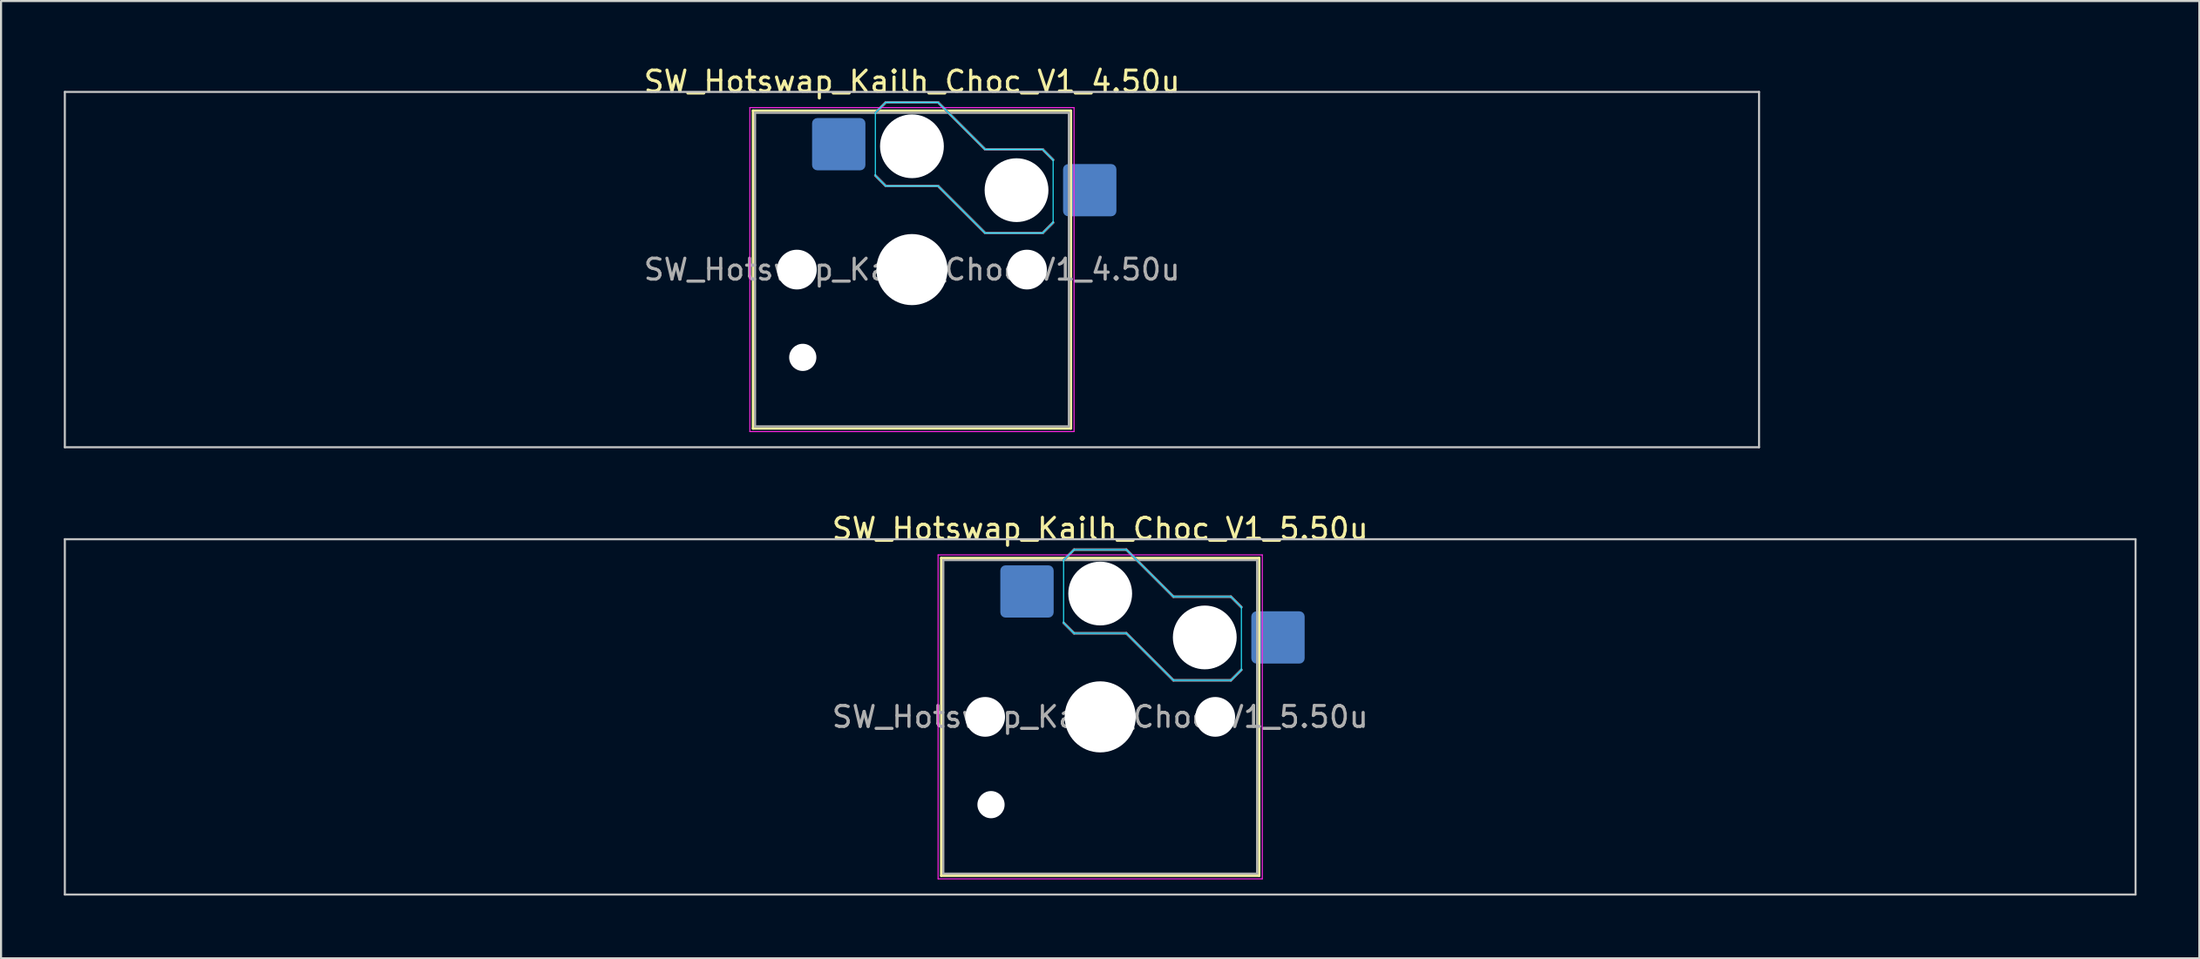
<source format=kicad_pcb>
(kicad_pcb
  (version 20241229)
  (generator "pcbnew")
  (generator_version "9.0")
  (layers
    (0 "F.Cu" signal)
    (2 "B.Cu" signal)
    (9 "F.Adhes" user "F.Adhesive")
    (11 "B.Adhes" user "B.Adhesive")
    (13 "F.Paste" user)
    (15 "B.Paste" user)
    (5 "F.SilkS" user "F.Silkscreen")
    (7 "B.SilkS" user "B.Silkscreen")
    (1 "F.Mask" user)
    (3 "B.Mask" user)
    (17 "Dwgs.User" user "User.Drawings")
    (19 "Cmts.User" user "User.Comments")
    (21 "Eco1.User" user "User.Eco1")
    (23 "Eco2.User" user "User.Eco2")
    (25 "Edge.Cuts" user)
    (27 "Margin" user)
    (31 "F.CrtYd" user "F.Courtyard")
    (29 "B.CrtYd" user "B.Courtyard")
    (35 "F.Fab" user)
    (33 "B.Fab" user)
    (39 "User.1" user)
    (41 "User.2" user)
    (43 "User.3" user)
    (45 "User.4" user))
  (footprint "SW_Hotswap_Kailh_Choc_V1_5.50u"
    (layer "F.Cu")
    (at 49.55 31.247)
    (property "Reference" "SW_Hotswap_Kailh_Choc_V1_5.50u" (at 0 -9 0) (layer "F.SilkS") (effects (font (size 1 1) (thickness 0.15))))
    (attr smd)
    (fp_line (start -7.6 -7.6) (end -7.6 7.6) (stroke (width 0.12) (type solid)) (layer "F.SilkS"))
    (fp_line (start -7.6 7.6) (end 7.6 7.6) (stroke (width 0.12) (type solid)) (layer "F.SilkS"))
    (fp_line (start 7.6 -7.6) (end -7.6 -7.6) (stroke (width 0.12) (type solid)) (layer "F.SilkS"))
    (fp_line (start 7.6 7.6) (end 7.6 -7.6) (stroke (width 0.12) (type solid)) (layer "F.SilkS"))
    (fp_line (start -1.75 -7.5) (end -1.25 -8) (stroke (width 0.12) (type solid)) (layer "B.SilkS"))
    (fp_line (start -1.25 -8) (end 1.25 -8) (stroke (width 0.12) (type solid)) (layer "B.SilkS"))
    (fp_line (start -1.25 -4) (end -1.75 -4.5) (stroke (width 0.12) (type solid)) (layer "B.SilkS"))
    (fp_line (start 1.25 -8) (end 3.5 -5.75) (stroke (width 0.12) (type solid)) (layer "B.SilkS"))
    (fp_line (start 1.25 -4) (end -1.25 -4) (stroke (width 0.12) (type solid)) (layer "B.SilkS"))
    (fp_line (start 3.5 -5.75) (end 6.25 -5.75) (stroke (width 0.12) (type solid)) (layer "B.SilkS"))
    (fp_line (start 3.5 -1.75) (end 1.25 -4) (stroke (width 0.12) (type solid)) (layer "B.SilkS"))
    (fp_line (start 6.25 -5.75) (end 6.75 -5.25) (stroke (width 0.12) (type solid)) (layer "B.SilkS"))
    (fp_line (start 6.25 -1.75) (end 3.5 -1.75) (stroke (width 0.12) (type solid)) (layer "B.SilkS"))
    (fp_line (start 6.75 -2.25) (end 6.25 -1.75) (stroke (width 0.12) (type solid)) (layer "B.SilkS"))
    (fp_line (start -49.5 -8.5) (end -49.5 8.5) (stroke (width 0.1) (type solid)) (layer "Dwgs.User"))
    (fp_line (start -49.5 8.5) (end 49.5 8.5) (stroke (width 0.1) (type solid)) (layer "Dwgs.User"))
    (fp_line (start 49.5 -8.5) (end -49.5 -8.5) (stroke (width 0.1) (type solid)) (layer "Dwgs.User"))
    (fp_line (start 49.5 8.5) (end 49.5 -8.5) (stroke (width 0.1) (type solid)) (layer "Dwgs.User"))
    (fp_line (start -7.25 -7.25) (end -7.25 7.25) (stroke (width 0.1) (type solid)) (layer "Eco1.User"))
    (fp_line (start -7.25 7.25) (end 7.25 7.25) (stroke (width 0.1) (type solid)) (layer "Eco1.User"))
    (fp_line (start 7.25 -7.25) (end -7.25 -7.25) (stroke (width 0.1) (type solid)) (layer "Eco1.User"))
    (fp_line (start 7.25 7.25) (end 7.25 -7.25) (stroke (width 0.1) (type solid)) (layer "Eco1.User"))
    (fp_line (start -1.75 -7.5) (end -1.25 -8) (stroke (width 0.05) (type solid)) (layer "B.CrtYd"))
    (fp_line (start -1.75 -4.5) (end -1.75 -7.5) (stroke (width 0.05) (type solid)) (layer "B.CrtYd"))
    (fp_line (start -1.25 -8) (end 1.25 -8) (stroke (width 0.05) (type solid)) (layer "B.CrtYd"))
    (fp_line (start -1.25 -4) (end -1.75 -4.5) (stroke (width 0.05) (type solid)) (layer "B.CrtYd"))
    (fp_line (start 1.25 -8) (end 3.5 -5.75) (stroke (width 0.05) (type solid)) (layer "B.CrtYd"))
    (fp_line (start 1.25 -4) (end -1.25 -4) (stroke (width 0.05) (type solid)) (layer "B.CrtYd"))
    (fp_line (start 3.5 -5.75) (end 6.25 -5.75) (stroke (width 0.05) (type solid)) (layer "B.CrtYd"))
    (fp_line (start 3.5 -1.75) (end 1.25 -4) (stroke (width 0.05) (type solid)) (layer "B.CrtYd"))
    (fp_line (start 6.25 -5.75) (end 6.75 -5.25) (stroke (width 0.05) (type solid)) (layer "B.CrtYd"))
    (fp_line (start 6.25 -1.75) (end 3.5 -1.75) (stroke (width 0.05) (type solid)) (layer "B.CrtYd"))
    (fp_line (start 6.75 -5.25) (end 6.75 -2.25) (stroke (width 0.05) (type solid)) (layer "B.CrtYd"))
    (fp_line (start 6.75 -2.25) (end 6.25 -1.75) (stroke (width 0.05) (type solid)) (layer "B.CrtYd"))
    (fp_line (start -7.75 -7.75) (end -7.75 7.75) (stroke (width 0.05) (type solid)) (layer "F.CrtYd"))
    (fp_line (start -7.75 7.75) (end 7.75 7.75) (stroke (width 0.05) (type solid)) (layer "F.CrtYd"))
    (fp_line (start 7.75 -7.75) (end -7.75 -7.75) (stroke (width 0.05) (type solid)) (layer "F.CrtYd"))
    (fp_line (start 7.75 7.75) (end 7.75 -7.75) (stroke (width 0.05) (type solid)) (layer "F.CrtYd"))
    (fp_line (start -1.75 -7.5) (end -1.25 -8) (stroke (width 0.1) (type solid)) (layer "B.Fab"))
    (fp_line (start -1.25 -8) (end 1.25 -8) (stroke (width 0.1) (type solid)) (layer "B.Fab"))
    (fp_line (start -1.25 -4) (end -1.75 -4.5) (stroke (width 0.1) (type solid)) (layer "B.Fab"))
    (fp_line (start 1.25 -8) (end 3.5 -5.75) (stroke (width 0.1) (type solid)) (layer "B.Fab"))
    (fp_line (start 1.25 -4) (end -1.25 -4) (stroke (width 0.1) (type solid)) (layer "B.Fab"))
    (fp_line (start 3.5 -5.75) (end 6.25 -5.75) (stroke (width 0.1) (type solid)) (layer "B.Fab"))
    (fp_line (start 3.5 -1.75) (end 1.25 -4) (stroke (width 0.1) (type solid)) (layer "B.Fab"))
    (fp_line (start 6.25 -5.75) (end 6.75 -5.25) (stroke (width 0.1) (type solid)) (layer "B.Fab"))
    (fp_line (start 6.25 -1.75) (end 3.5 -1.75) (stroke (width 0.1) (type solid)) (layer "B.Fab"))
    (fp_line (start 6.75 -2.25) (end 6.25 -1.75) (stroke (width 0.1) (type solid)) (layer "B.Fab"))
    (fp_line (start -7.5 -7.5) (end -7.5 7.5) (stroke (width 0.1) (type solid)) (layer "F.Fab"))
    (fp_line (start -7.5 7.5) (end 7.5 7.5) (stroke (width 0.1) (type solid)) (layer "F.Fab"))
    (fp_line (start 7.5 -7.5) (end -7.5 -7.5) (stroke (width 0.1) (type solid)) (layer "F.Fab"))
    (fp_line (start 7.5 7.5) (end 7.5 -7.5) (stroke (width 0.1) (type solid)) (layer "F.Fab"))
    (fp_text user "${REFERENCE}" (at 0 0 0) (layer "F.Fab") (effects (font (size 1 1) (thickness 0.15))))
    (pad "" np_thru_hole circle (at -5.5 0) (size 1.9 1.9) (drill 1.9) (layers "*.Cu" "*.Mask"))
    (pad "" np_thru_hole circle (at -5.22 4.2) (size 1.3 1.3) (drill 1.3) (layers "*.Cu" "*.Mask"))
    (pad "" np_thru_hole circle (at 0 -5.9) (size 3.05 3.05) (drill 3.05) (layers "*.Cu" "*.Mask"))
    (pad "" np_thru_hole circle (at 0 0) (size 3.4 3.4) (drill 3.4) (layers "*.Cu" "*.Mask"))
    (pad "" np_thru_hole circle (at 5 -3.8) (size 3.05 3.05) (drill 3.05) (layers "*.Cu" "*.Mask"))
    (pad "" np_thru_hole circle (at 5.5 0) (size 1.9 1.9) (drill 1.9) (layers "*.Cu" "*.Mask"))
    (pad "1" smd roundrect (at -3.5 -6) (size 2.55 2.5) (layers "B.Cu" "B.Mask" "B.Paste") (roundrect_rratio 0.1))
    (pad "2" smd roundrect (at 8.5 -3.8) (size 2.55 2.5) (layers "B.Cu" "B.Mask" "B.Paste") (roundrect_rratio 0.1)))
  (footprint "SW_Hotswap_Kailh_Choc_V1_4.50u"
    (layer "F.Cu")
    (at 40.55 9.848)
    (property "Reference" "SW_Hotswap_Kailh_Choc_V1_4.50u" (at 0 -9 0) (layer "F.SilkS") (effects (font (size 1 1) (thickness 0.15))))
    (attr smd)
    (fp_line (start -7.6 -7.6) (end -7.6 7.6) (stroke (width 0.12) (type solid)) (layer "F.SilkS"))
    (fp_line (start -7.6 7.6) (end 7.6 7.6) (stroke (width 0.12) (type solid)) (layer "F.SilkS"))
    (fp_line (start 7.6 -7.6) (end -7.6 -7.6) (stroke (width 0.12) (type solid)) (layer "F.SilkS"))
    (fp_line (start 7.6 7.6) (end 7.6 -7.6) (stroke (width 0.12) (type solid)) (layer "F.SilkS"))
    (fp_line (start -1.75 -7.5) (end -1.25 -8) (stroke (width 0.12) (type solid)) (layer "B.SilkS"))
    (fp_line (start -1.25 -8) (end 1.25 -8) (stroke (width 0.12) (type solid)) (layer "B.SilkS"))
    (fp_line (start -1.25 -4) (end -1.75 -4.5) (stroke (width 0.12) (type solid)) (layer "B.SilkS"))
    (fp_line (start 1.25 -8) (end 3.5 -5.75) (stroke (width 0.12) (type solid)) (layer "B.SilkS"))
    (fp_line (start 1.25 -4) (end -1.25 -4) (stroke (width 0.12) (type solid)) (layer "B.SilkS"))
    (fp_line (start 3.5 -5.75) (end 6.25 -5.75) (stroke (width 0.12) (type solid)) (layer "B.SilkS"))
    (fp_line (start 3.5 -1.75) (end 1.25 -4) (stroke (width 0.12) (type solid)) (layer "B.SilkS"))
    (fp_line (start 6.25 -5.75) (end 6.75 -5.25) (stroke (width 0.12) (type solid)) (layer "B.SilkS"))
    (fp_line (start 6.25 -1.75) (end 3.5 -1.75) (stroke (width 0.12) (type solid)) (layer "B.SilkS"))
    (fp_line (start 6.75 -2.25) (end 6.25 -1.75) (stroke (width 0.12) (type solid)) (layer "B.SilkS"))
    (fp_line (start -40.5 -8.5) (end -40.5 8.5) (stroke (width 0.1) (type solid)) (layer "Dwgs.User"))
    (fp_line (start -40.5 8.5) (end 40.5 8.5) (stroke (width 0.1) (type solid)) (layer "Dwgs.User"))
    (fp_line (start 40.5 -8.5) (end -40.5 -8.5) (stroke (width 0.1) (type solid)) (layer "Dwgs.User"))
    (fp_line (start 40.5 8.5) (end 40.5 -8.5) (stroke (width 0.1) (type solid)) (layer "Dwgs.User"))
    (fp_line (start -7.25 -7.25) (end -7.25 7.25) (stroke (width 0.1) (type solid)) (layer "Eco1.User"))
    (fp_line (start -7.25 7.25) (end 7.25 7.25) (stroke (width 0.1) (type solid)) (layer "Eco1.User"))
    (fp_line (start 7.25 -7.25) (end -7.25 -7.25) (stroke (width 0.1) (type solid)) (layer "Eco1.User"))
    (fp_line (start 7.25 7.25) (end 7.25 -7.25) (stroke (width 0.1) (type solid)) (layer "Eco1.User"))
    (fp_line (start -1.75 -7.5) (end -1.25 -8) (stroke (width 0.05) (type solid)) (layer "B.CrtYd"))
    (fp_line (start -1.75 -4.5) (end -1.75 -7.5) (stroke (width 0.05) (type solid)) (layer "B.CrtYd"))
    (fp_line (start -1.25 -8) (end 1.25 -8) (stroke (width 0.05) (type solid)) (layer "B.CrtYd"))
    (fp_line (start -1.25 -4) (end -1.75 -4.5) (stroke (width 0.05) (type solid)) (layer "B.CrtYd"))
    (fp_line (start 1.25 -8) (end 3.5 -5.75) (stroke (width 0.05) (type solid)) (layer "B.CrtYd"))
    (fp_line (start 1.25 -4) (end -1.25 -4) (stroke (width 0.05) (type solid)) (layer "B.CrtYd"))
    (fp_line (start 3.5 -5.75) (end 6.25 -5.75) (stroke (width 0.05) (type solid)) (layer "B.CrtYd"))
    (fp_line (start 3.5 -1.75) (end 1.25 -4) (stroke (width 0.05) (type solid)) (layer "B.CrtYd"))
    (fp_line (start 6.25 -5.75) (end 6.75 -5.25) (stroke (width 0.05) (type solid)) (layer "B.CrtYd"))
    (fp_line (start 6.25 -1.75) (end 3.5 -1.75) (stroke (width 0.05) (type solid)) (layer "B.CrtYd"))
    (fp_line (start 6.75 -5.25) (end 6.75 -2.25) (stroke (width 0.05) (type solid)) (layer "B.CrtYd"))
    (fp_line (start 6.75 -2.25) (end 6.25 -1.75) (stroke (width 0.05) (type solid)) (layer "B.CrtYd"))
    (fp_line (start -7.75 -7.75) (end -7.75 7.75) (stroke (width 0.05) (type solid)) (layer "F.CrtYd"))
    (fp_line (start -7.75 7.75) (end 7.75 7.75) (stroke (width 0.05) (type solid)) (layer "F.CrtYd"))
    (fp_line (start 7.75 -7.75) (end -7.75 -7.75) (stroke (width 0.05) (type solid)) (layer "F.CrtYd"))
    (fp_line (start 7.75 7.75) (end 7.75 -7.75) (stroke (width 0.05) (type solid)) (layer "F.CrtYd"))
    (fp_line (start -1.75 -7.5) (end -1.25 -8) (stroke (width 0.1) (type solid)) (layer "B.Fab"))
    (fp_line (start -1.25 -8) (end 1.25 -8) (stroke (width 0.1) (type solid)) (layer "B.Fab"))
    (fp_line (start -1.25 -4) (end -1.75 -4.5) (stroke (width 0.1) (type solid)) (layer "B.Fab"))
    (fp_line (start 1.25 -8) (end 3.5 -5.75) (stroke (width 0.1) (type solid)) (layer "B.Fab"))
    (fp_line (start 1.25 -4) (end -1.25 -4) (stroke (width 0.1) (type solid)) (layer "B.Fab"))
    (fp_line (start 3.5 -5.75) (end 6.25 -5.75) (stroke (width 0.1) (type solid)) (layer "B.Fab"))
    (fp_line (start 3.5 -1.75) (end 1.25 -4) (stroke (width 0.1) (type solid)) (layer "B.Fab"))
    (fp_line (start 6.25 -5.75) (end 6.75 -5.25) (stroke (width 0.1) (type solid)) (layer "B.Fab"))
    (fp_line (start 6.25 -1.75) (end 3.5 -1.75) (stroke (width 0.1) (type solid)) (layer "B.Fab"))
    (fp_line (start 6.75 -2.25) (end 6.25 -1.75) (stroke (width 0.1) (type solid)) (layer "B.Fab"))
    (fp_line (start -7.5 -7.5) (end -7.5 7.5) (stroke (width 0.1) (type solid)) (layer "F.Fab"))
    (fp_line (start -7.5 7.5) (end 7.5 7.5) (stroke (width 0.1) (type solid)) (layer "F.Fab"))
    (fp_line (start 7.5 -7.5) (end -7.5 -7.5) (stroke (width 0.1) (type solid)) (layer "F.Fab"))
    (fp_line (start 7.5 7.5) (end 7.5 -7.5) (stroke (width 0.1) (type solid)) (layer "F.Fab"))
    (fp_text user "${REFERENCE}" (at 0 0 0) (layer "F.Fab") (effects (font (size 1 1) (thickness 0.15))))
    (pad "" np_thru_hole circle (at -5.5 0) (size 1.9 1.9) (drill 1.9) (layers "*.Cu" "*.Mask"))
    (pad "" np_thru_hole circle (at -5.22 4.2) (size 1.3 1.3) (drill 1.3) (layers "*.Cu" "*.Mask"))
    (pad "" np_thru_hole circle (at 0 -5.9) (size 3.05 3.05) (drill 3.05) (layers "*.Cu" "*.Mask"))
    (pad "" np_thru_hole circle (at 0 0) (size 3.4 3.4) (drill 3.4) (layers "*.Cu" "*.Mask"))
    (pad "" np_thru_hole circle (at 5 -3.8) (size 3.05 3.05) (drill 3.05) (layers "*.Cu" "*.Mask"))
    (pad "" np_thru_hole circle (at 5.5 0) (size 1.9 1.9) (drill 1.9) (layers "*.Cu" "*.Mask"))
    (pad "1" smd roundrect (at -3.5 -6) (size 2.55 2.5) (layers "B.Cu" "B.Mask" "B.Paste") (roundrect_rratio 0.1))
    (pad "2" smd roundrect (at 8.5 -3.8) (size 2.55 2.5) (layers "B.Cu" "B.Mask" "B.Paste") (roundrect_rratio 0.1)))
  (gr_rect
    (start -3 -3)
    (end 102.1 42.797)
    (stroke (width 0.1) (type default))
    (fill no)
    (layer "Edge.Cuts")))
</source>
